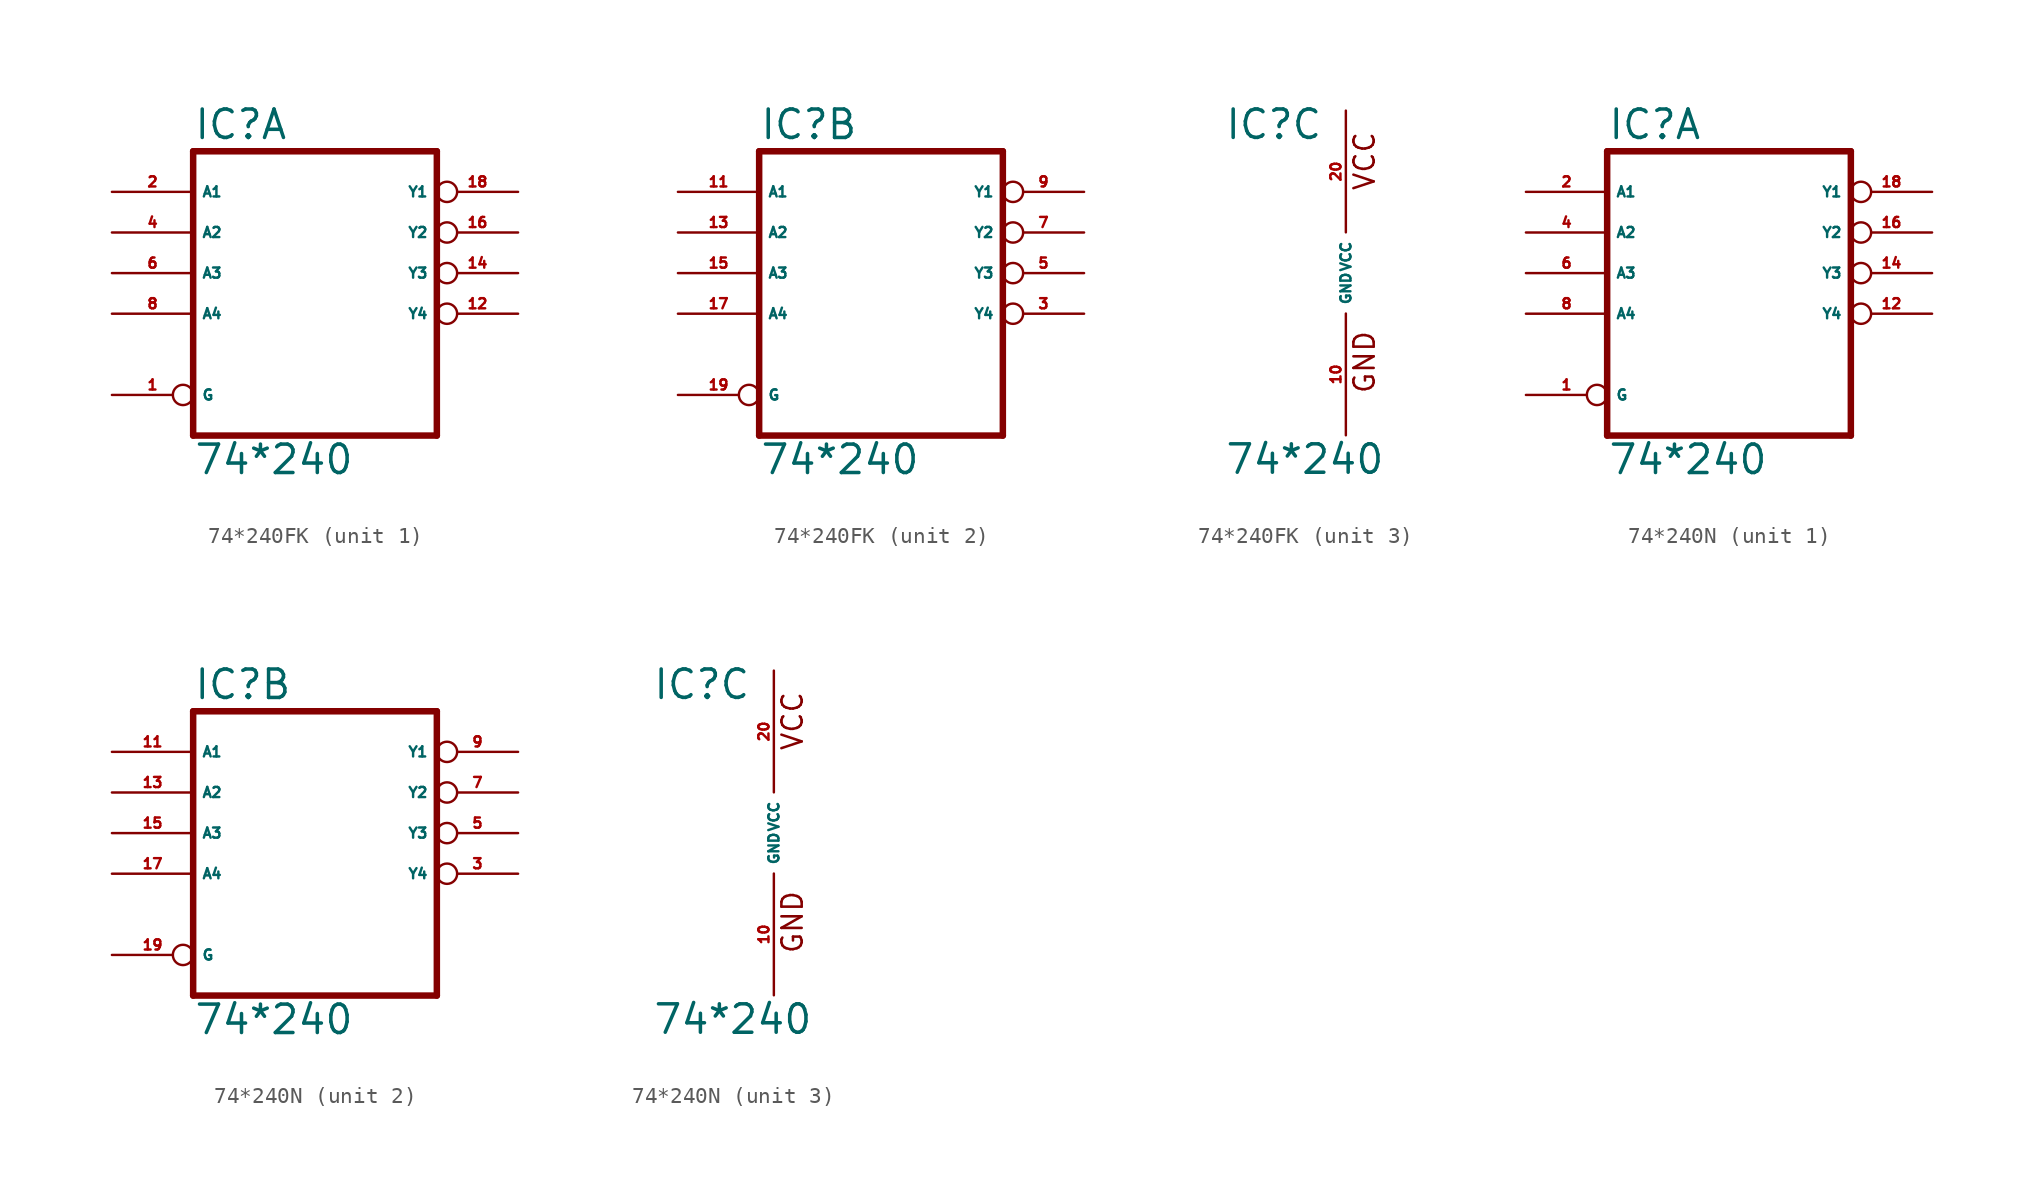
<source format=kicad_sym>
(kicad_symbol_lib
  (version 20220914)
  (generator Eagle2Kicad)
  (symbol "74*240FK"
    (property "Reference" "IC"
      (at -7.62 8.255 0)
      (effects (font (size 1.778 1.778) (thickness 0.22)) (justify left bottom)))
    (property "Value" "74*240"
      (at -7.62 -12.7 0)
      (effects (font (size 1.778 1.778) (thickness 0.22)) (justify left bottom)))
    (symbol "74*240FK_1_0"
      (polyline (pts (xy -7.62 -10.16) (xy 7.62 -10.16)) (stroke (width 0.406) (type default)) (fill (type none)))
      (polyline (pts (xy 7.62 -10.16) (xy 7.62 7.62)) (stroke (width 0.406) (type default)) (fill (type none)))
      (polyline (pts (xy 7.62 7.62) (xy -7.62 7.62)) (stroke (width 0.406) (type default)) (fill (type none)))
      (polyline (pts (xy -7.62 7.62) (xy -7.62 -10.16)) (stroke (width 0.406) (type default)) (fill (type none)))
      (pin input inverted (at -12.7 -7.62 0) (length 5.08) (name "G" (effects (font (size 0.635 0.635) (thickness 0.08)) (justify left bottom))) (number "1" (effects (font (size 0.635 0.635) (thickness 0.08)) (justify left bottom))))
      (pin input line (at -12.7 5.08 0) (length 5.08) (name "A1" (effects (font (size 0.635 0.635) (thickness 0.08)) (justify left bottom))) (number "2" (effects (font (size 0.635 0.635) (thickness 0.08)) (justify left bottom))))
      (pin input line (at -12.7 2.54 0) (length 5.08) (name "A2" (effects (font (size 0.635 0.635) (thickness 0.08)) (justify left bottom))) (number "4" (effects (font (size 0.635 0.635) (thickness 0.08)) (justify left bottom))))
      (pin input line (at -12.7 0 0) (length 5.08) (name "A3" (effects (font (size 0.635 0.635) (thickness 0.08)) (justify left bottom))) (number "6" (effects (font (size 0.635 0.635) (thickness 0.08)) (justify left bottom))))
      (pin input line (at -12.7 -2.54 0) (length 5.08) (name "A4" (effects (font (size 0.635 0.635) (thickness 0.08)) (justify left bottom))) (number "8" (effects (font (size 0.635 0.635) (thickness 0.08)) (justify left bottom))))
      (pin tri_state inverted (at 12.7 -2.54 180) (length 5.08) (name "Y4" (effects (font (size 0.635 0.635) (thickness 0.08)) (justify left bottom))) (number "12" (effects (font (size 0.635 0.635) (thickness 0.08)) (justify left bottom))))
      (pin tri_state inverted (at 12.7 0 180) (length 5.08) (name "Y3" (effects (font (size 0.635 0.635) (thickness 0.08)) (justify left bottom))) (number "14" (effects (font (size 0.635 0.635) (thickness 0.08)) (justify left bottom))))
      (pin tri_state inverted (at 12.7 2.54 180) (length 5.08) (name "Y2" (effects (font (size 0.635 0.635) (thickness 0.08)) (justify left bottom))) (number "16" (effects (font (size 0.635 0.635) (thickness 0.08)) (justify left bottom))))
      (pin tri_state inverted (at 12.7 5.08 180) (length 5.08) (name "Y1" (effects (font (size 0.635 0.635) (thickness 0.08)) (justify left bottom))) (number "18" (effects (font (size 0.635 0.635) (thickness 0.08)) (justify left bottom)))))
    (symbol "74*240FK_2_0"
      (polyline (pts (xy -7.62 -10.16) (xy 7.62 -10.16)) (stroke (width 0.406) (type default)) (fill (type none)))
      (polyline (pts (xy 7.62 -10.16) (xy 7.62 7.62)) (stroke (width 0.406) (type default)) (fill (type none)))
      (polyline (pts (xy 7.62 7.62) (xy -7.62 7.62)) (stroke (width 0.406) (type default)) (fill (type none)))
      (polyline (pts (xy -7.62 7.62) (xy -7.62 -10.16)) (stroke (width 0.406) (type default)) (fill (type none)))
      (pin input inverted (at -12.7 -7.62 0) (length 5.08) (name "G" (effects (font (size 0.635 0.635) (thickness 0.08)) (justify left bottom))) (number "19" (effects (font (size 0.635 0.635) (thickness 0.08)) (justify left bottom))))
      (pin input line (at -12.7 5.08 0) (length 5.08) (name "A1" (effects (font (size 0.635 0.635) (thickness 0.08)) (justify left bottom))) (number "11" (effects (font (size 0.635 0.635) (thickness 0.08)) (justify left bottom))))
      (pin input line (at -12.7 2.54 0) (length 5.08) (name "A2" (effects (font (size 0.635 0.635) (thickness 0.08)) (justify left bottom))) (number "13" (effects (font (size 0.635 0.635) (thickness 0.08)) (justify left bottom))))
      (pin input line (at -12.7 0 0) (length 5.08) (name "A3" (effects (font (size 0.635 0.635) (thickness 0.08)) (justify left bottom))) (number "15" (effects (font (size 0.635 0.635) (thickness 0.08)) (justify left bottom))))
      (pin input line (at -12.7 -2.54 0) (length 5.08) (name "A4" (effects (font (size 0.635 0.635) (thickness 0.08)) (justify left bottom))) (number "17" (effects (font (size 0.635 0.635) (thickness 0.08)) (justify left bottom))))
      (pin tri_state inverted (at 12.7 -2.54 180) (length 5.08) (name "Y4" (effects (font (size 0.635 0.635) (thickness 0.08)) (justify left bottom))) (number "3" (effects (font (size 0.635 0.635) (thickness 0.08)) (justify left bottom))))
      (pin tri_state inverted (at 12.7 0 180) (length 5.08) (name "Y3" (effects (font (size 0.635 0.635) (thickness 0.08)) (justify left bottom))) (number "5" (effects (font (size 0.635 0.635) (thickness 0.08)) (justify left bottom))))
      (pin tri_state inverted (at 12.7 2.54 180) (length 5.08) (name "Y2" (effects (font (size 0.635 0.635) (thickness 0.08)) (justify left bottom))) (number "7" (effects (font (size 0.635 0.635) (thickness 0.08)) (justify left bottom))))
      (pin tri_state inverted (at 12.7 5.08 180) (length 5.08) (name "Y1" (effects (font (size 0.635 0.635) (thickness 0.08)) (justify left bottom))) (number "9" (effects (font (size 0.635 0.635) (thickness 0.08)) (justify left bottom)))))
    (symbol "74*240FK_3_0"
      (text "GND" (at 1.905 -7.62 900) (effects (font (size 1.27 1.27) (thickness 0.16)) (justify left bottom)))
      (text "VCC" (at 1.905 5.08 900) (effects (font (size 1.27 1.27) (thickness 0.16)) (justify left bottom)))
      (pin unspecified line (at 0 -10.16 90) (length 7.62) (name "GND" (effects (font (size 0.635 0.635) (thickness 0.08)) (justify left bottom))) (number "10" (effects (font (size 0.635 0.635) (thickness 0.08)) (justify left bottom))))
      (pin unspecified line (at 0 10.16 270) (length 7.62) (name "VCC" (effects (font (size 0.635 0.635) (thickness 0.08)) (justify left bottom))) (number "20" (effects (font (size 0.635 0.635) (thickness 0.08)) (justify left bottom))))))
  (symbol "74*240N"
    (property "Reference" "IC"
      (at -7.62 8.255 0)
      (effects (font (size 1.778 1.778) (thickness 0.22)) (justify left bottom)))
    (property "Value" "74*240"
      (at -7.62 -12.7 0)
      (effects (font (size 1.778 1.778) (thickness 0.22)) (justify left bottom)))
    (symbol "74*240N_1_0"
      (polyline (pts (xy -7.62 -10.16) (xy 7.62 -10.16)) (stroke (width 0.406) (type default)) (fill (type none)))
      (polyline (pts (xy 7.62 -10.16) (xy 7.62 7.62)) (stroke (width 0.406) (type default)) (fill (type none)))
      (polyline (pts (xy 7.62 7.62) (xy -7.62 7.62)) (stroke (width 0.406) (type default)) (fill (type none)))
      (polyline (pts (xy -7.62 7.62) (xy -7.62 -10.16)) (stroke (width 0.406) (type default)) (fill (type none)))
      (pin input inverted (at -12.7 -7.62 0) (length 5.08) (name "G" (effects (font (size 0.635 0.635) (thickness 0.08)) (justify left bottom))) (number "1" (effects (font (size 0.635 0.635) (thickness 0.08)) (justify left bottom))))
      (pin input line (at -12.7 5.08 0) (length 5.08) (name "A1" (effects (font (size 0.635 0.635) (thickness 0.08)) (justify left bottom))) (number "2" (effects (font (size 0.635 0.635) (thickness 0.08)) (justify left bottom))))
      (pin input line (at -12.7 2.54 0) (length 5.08) (name "A2" (effects (font (size 0.635 0.635) (thickness 0.08)) (justify left bottom))) (number "4" (effects (font (size 0.635 0.635) (thickness 0.08)) (justify left bottom))))
      (pin input line (at -12.7 0 0) (length 5.08) (name "A3" (effects (font (size 0.635 0.635) (thickness 0.08)) (justify left bottom))) (number "6" (effects (font (size 0.635 0.635) (thickness 0.08)) (justify left bottom))))
      (pin input line (at -12.7 -2.54 0) (length 5.08) (name "A4" (effects (font (size 0.635 0.635) (thickness 0.08)) (justify left bottom))) (number "8" (effects (font (size 0.635 0.635) (thickness 0.08)) (justify left bottom))))
      (pin tri_state inverted (at 12.7 -2.54 180) (length 5.08) (name "Y4" (effects (font (size 0.635 0.635) (thickness 0.08)) (justify left bottom))) (number "12" (effects (font (size 0.635 0.635) (thickness 0.08)) (justify left bottom))))
      (pin tri_state inverted (at 12.7 0 180) (length 5.08) (name "Y3" (effects (font (size 0.635 0.635) (thickness 0.08)) (justify left bottom))) (number "14" (effects (font (size 0.635 0.635) (thickness 0.08)) (justify left bottom))))
      (pin tri_state inverted (at 12.7 2.54 180) (length 5.08) (name "Y2" (effects (font (size 0.635 0.635) (thickness 0.08)) (justify left bottom))) (number "16" (effects (font (size 0.635 0.635) (thickness 0.08)) (justify left bottom))))
      (pin tri_state inverted (at 12.7 5.08 180) (length 5.08) (name "Y1" (effects (font (size 0.635 0.635) (thickness 0.08)) (justify left bottom))) (number "18" (effects (font (size 0.635 0.635) (thickness 0.08)) (justify left bottom)))))
    (symbol "74*240N_2_0"
      (polyline (pts (xy -7.62 -10.16) (xy 7.62 -10.16)) (stroke (width 0.406) (type default)) (fill (type none)))
      (polyline (pts (xy 7.62 -10.16) (xy 7.62 7.62)) (stroke (width 0.406) (type default)) (fill (type none)))
      (polyline (pts (xy 7.62 7.62) (xy -7.62 7.62)) (stroke (width 0.406) (type default)) (fill (type none)))
      (polyline (pts (xy -7.62 7.62) (xy -7.62 -10.16)) (stroke (width 0.406) (type default)) (fill (type none)))
      (pin input inverted (at -12.7 -7.62 0) (length 5.08) (name "G" (effects (font (size 0.635 0.635) (thickness 0.08)) (justify left bottom))) (number "19" (effects (font (size 0.635 0.635) (thickness 0.08)) (justify left bottom))))
      (pin input line (at -12.7 5.08 0) (length 5.08) (name "A1" (effects (font (size 0.635 0.635) (thickness 0.08)) (justify left bottom))) (number "11" (effects (font (size 0.635 0.635) (thickness 0.08)) (justify left bottom))))
      (pin input line (at -12.7 2.54 0) (length 5.08) (name "A2" (effects (font (size 0.635 0.635) (thickness 0.08)) (justify left bottom))) (number "13" (effects (font (size 0.635 0.635) (thickness 0.08)) (justify left bottom))))
      (pin input line (at -12.7 0 0) (length 5.08) (name "A3" (effects (font (size 0.635 0.635) (thickness 0.08)) (justify left bottom))) (number "15" (effects (font (size 0.635 0.635) (thickness 0.08)) (justify left bottom))))
      (pin input line (at -12.7 -2.54 0) (length 5.08) (name "A4" (effects (font (size 0.635 0.635) (thickness 0.08)) (justify left bottom))) (number "17" (effects (font (size 0.635 0.635) (thickness 0.08)) (justify left bottom))))
      (pin tri_state inverted (at 12.7 -2.54 180) (length 5.08) (name "Y4" (effects (font (size 0.635 0.635) (thickness 0.08)) (justify left bottom))) (number "3" (effects (font (size 0.635 0.635) (thickness 0.08)) (justify left bottom))))
      (pin tri_state inverted (at 12.7 0 180) (length 5.08) (name "Y3" (effects (font (size 0.635 0.635) (thickness 0.08)) (justify left bottom))) (number "5" (effects (font (size 0.635 0.635) (thickness 0.08)) (justify left bottom))))
      (pin tri_state inverted (at 12.7 2.54 180) (length 5.08) (name "Y2" (effects (font (size 0.635 0.635) (thickness 0.08)) (justify left bottom))) (number "7" (effects (font (size 0.635 0.635) (thickness 0.08)) (justify left bottom))))
      (pin tri_state inverted (at 12.7 5.08 180) (length 5.08) (name "Y1" (effects (font (size 0.635 0.635) (thickness 0.08)) (justify left bottom))) (number "9" (effects (font (size 0.635 0.635) (thickness 0.08)) (justify left bottom)))))
    (symbol "74*240N_3_0"
      (text "GND" (at 1.905 -7.62 900) (effects (font (size 1.27 1.27) (thickness 0.16)) (justify left bottom)))
      (text "VCC" (at 1.905 5.08 900) (effects (font (size 1.27 1.27) (thickness 0.16)) (justify left bottom)))
      (pin unspecified line (at 0 -10.16 90) (length 7.62) (name "GND" (effects (font (size 0.635 0.635) (thickness 0.08)) (justify left bottom))) (number "10" (effects (font (size 0.635 0.635) (thickness 0.08)) (justify left bottom))))
      (pin unspecified line (at 0 10.16 270) (length 7.62) (name "VCC" (effects (font (size 0.635 0.635) (thickness 0.08)) (justify left bottom))) (number "20" (effects (font (size 0.635 0.635) (thickness 0.08)) (justify left bottom)))))))
</source>
